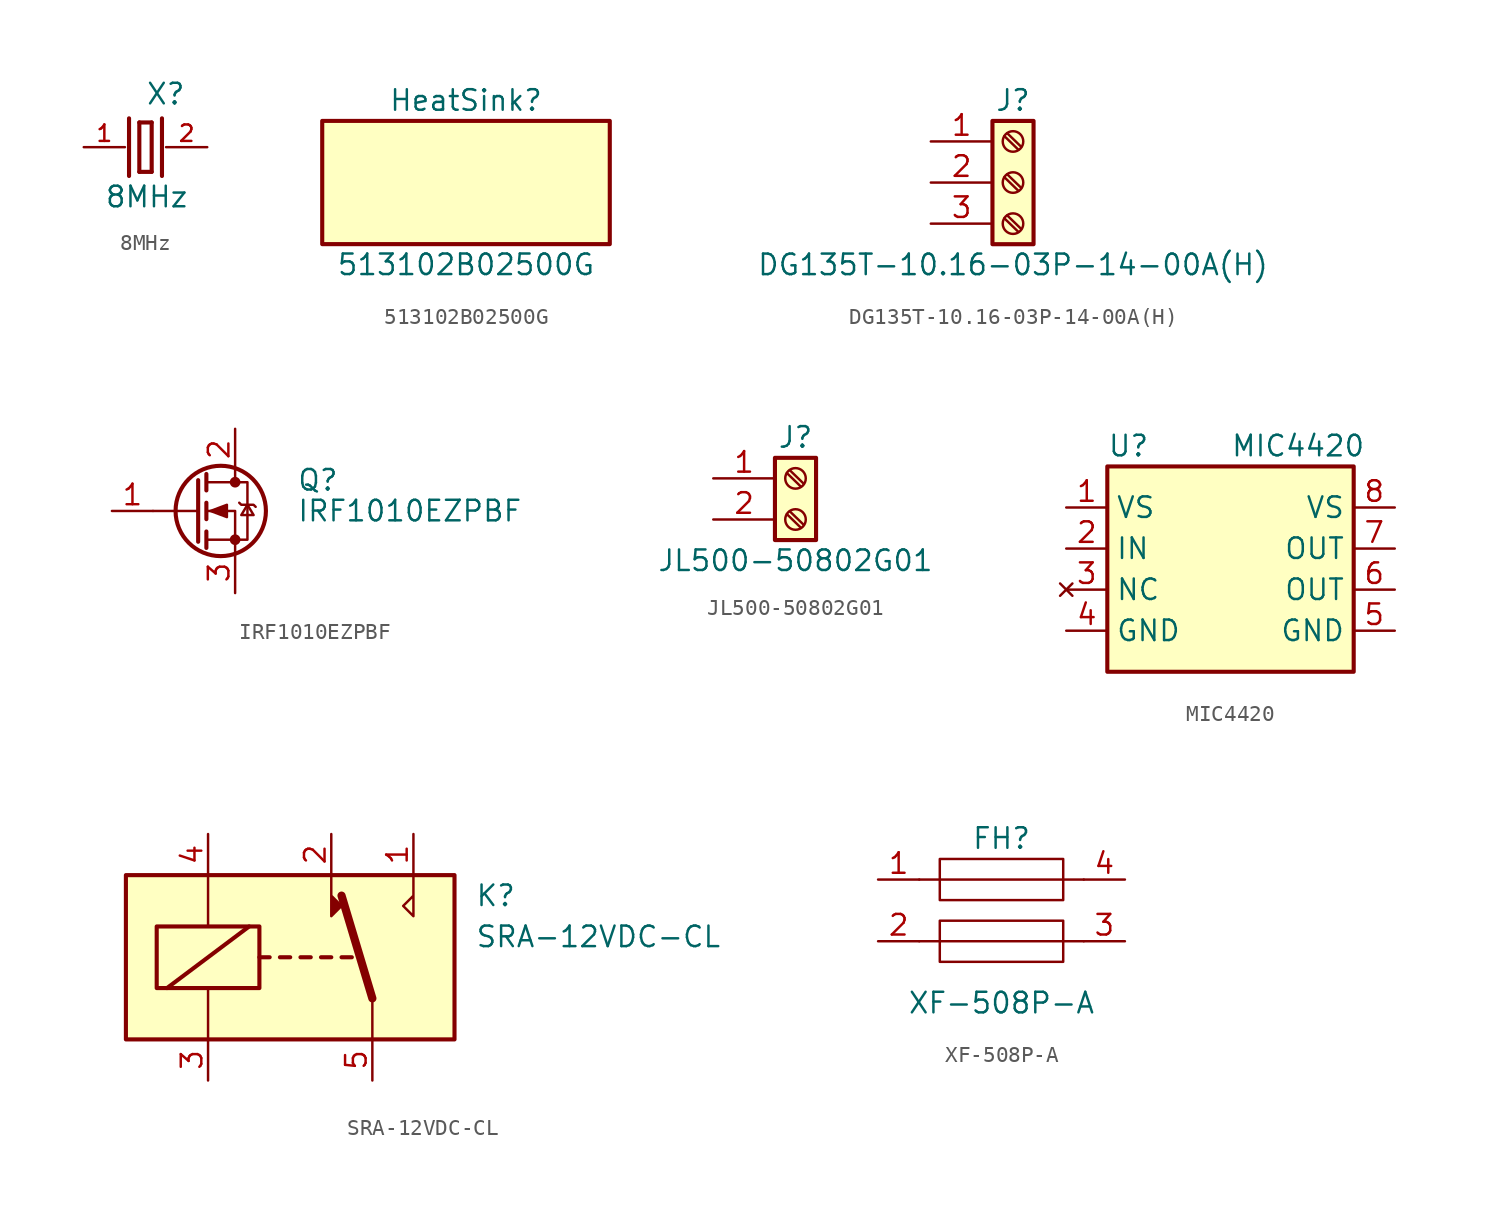
<source format=kicad_sym>
(kicad_symbol_lib
  (version 20211014)
  (generator kicad_symbol_editor)
  (symbol "8MHz"
    (pin_names
      (offset 1.016))
    (property "Reference" "X"
      (at 0 2.54 0)
      (effects (font (size 1.27 1.27)) (justify left bottom)))
    (property "Value" "8MHz"
      (at -2.54 -3.81 0)
      (effects (font (size 1.27 1.27)) (justify left bottom)))
    (symbol "8MHz_0_0"
      (polyline (pts (xy -1.016 1.778) (xy -1.016 -1.778)) (stroke (width 0.254) (type default) (color 0 0 0 0)) (fill (type none)))
      (polyline (pts (xy -0.381 -1.524) (xy 0.381 -1.524)) (stroke (width 0.254) (type default) (color 0 0 0 0)) (fill (type none)))
      (polyline (pts (xy -0.381 1.524) (xy -0.381 -1.524)) (stroke (width 0.254) (type default) (color 0 0 0 0)) (fill (type none)))
      (polyline (pts (xy 0.381 -1.524) (xy 0.381 1.524)) (stroke (width 0.254) (type default) (color 0 0 0 0)) (fill (type none)))
      (polyline (pts (xy 0.381 1.524) (xy -0.381 1.524)) (stroke (width 0.254) (type default) (color 0 0 0 0)) (fill (type none)))
      (polyline (pts (xy 1.016 1.778) (xy 1.016 -1.778)) (stroke (width 0.254) (type default) (color 0 0 0 0)) (fill (type none)))
      (pin passive line (at -3.81 0 0) (length 2.54) (name "~" (effects (font (size 1.016 1.016)))) (number "1" (effects (font (size 1.016 1.016)))))
      (pin passive line (at 3.81 0 180) (length 2.54) (name "~" (effects (font (size 1.016 1.016)))) (number "2" (effects (font (size 1.016 1.016)))))))
  (symbol "513102B02500G"
    (pin_names
      (offset 1.016) hide)
    (property "Reference" "HeatSink"
      (at 8.89 8.89 0)
      (effects (font (size 1.27 1.27))))
    (property "Value" "513102B02500G"
      (at 8.89 -1.27 0)
      (effects (font (size 1.27 1.27))))
    (symbol "513102B02500G_1_1"
      (rectangle (start 0 7.62) (end 17.78 0) (stroke (width 0.254) (type default) (color 0 0 0 0)) (fill (type background)))))
  (symbol "DG135T-10.16-03P-14-00A(H)"
    (pin_names
      (offset 1.016) hide)
    (property "Reference" "J"
      (at 0 5.08 0)
      (effects (font (size 1.27 1.27))))
    (property "Value" "DG135T-10.16-03P-14-00A(H)"
      (at 0 -5.08 0)
      (effects (font (size 1.27 1.27))))
    (symbol "DG135T-10.16-03P-14-00A(H)_1_1"
      (rectangle (start -1.27 3.81) (end 1.27 -3.81) (stroke (width 0.254) (type default) (color 0 0 0 0)) (fill (type background)))
      (circle (center 0 -2.54) (radius 0.635) (stroke (width 0.152) (type default) (color 0 0 0 0)) (fill (type none)))
      (polyline (pts (xy -0.533 -2.21) (xy 0.33 -3.048)) (stroke (width 0.152) (type default) (color 0 0 0 0)) (fill (type none)))
      (polyline (pts (xy -0.533 0.33) (xy 0.33 -0.508)) (stroke (width 0.152) (type default) (color 0 0 0 0)) (fill (type none)))
      (polyline (pts (xy -0.533 2.87) (xy 0.33 2.032)) (stroke (width 0.152) (type default) (color 0 0 0 0)) (fill (type none)))
      (polyline (pts (xy -0.356 -2.032) (xy 0.508 -2.87)) (stroke (width 0.152) (type default) (color 0 0 0 0)) (fill (type none)))
      (polyline (pts (xy -0.356 0.508) (xy 0.508 -0.33)) (stroke (width 0.152) (type default) (color 0 0 0 0)) (fill (type none)))
      (polyline (pts (xy -0.356 3.048) (xy 0.508 2.21)) (stroke (width 0.152) (type default) (color 0 0 0 0)) (fill (type none)))
      (circle (center 0 0) (radius 0.635) (stroke (width 0.152) (type default) (color 0 0 0 0)) (fill (type none)))
      (circle (center 0 2.54) (radius 0.635) (stroke (width 0.152) (type default) (color 0 0 0 0)) (fill (type none)))
      (pin passive line (at -5.08 2.54 0) (length 3.81) (name "Pin_1" (effects (font (size 1.27 1.27)))) (number "1" (effects (font (size 1.27 1.27)))))
      (pin passive line (at -5.08 0 0) (length 3.81) (name "Pin_2" (effects (font (size 1.27 1.27)))) (number "2" (effects (font (size 1.27 1.27)))))
      (pin passive line (at -5.08 -2.54 0) (length 3.81) (name "Pin_3" (effects (font (size 1.27 1.27)))) (number "3" (effects (font (size 1.27 1.27)))))))
  (symbol "IRF1010EZPBF"
    (pin_names hide)
    (property "Reference" "Q"
      (at 6.35 1.905 0)
      (effects (font (size 1.27 1.27)) (justify left)))
    (property "Value" "IRF1010EZPBF"
      (at 6.35 0 0)
      (effects (font (size 1.27 1.27)) (justify left)))
    (symbol "IRF1010EZPBF_0_1"
      (polyline (pts (xy 0.254 0) (xy -2.54 0)) (stroke (width 0) (type default) (color 0 0 0 0)) (fill (type none)))
      (polyline (pts (xy 0.254 1.905) (xy 0.254 -1.905)) (stroke (width 0.254) (type default) (color 0 0 0 0)) (fill (type none)))
      (polyline (pts (xy 0.762 -1.27) (xy 0.762 -2.286)) (stroke (width 0.254) (type default) (color 0 0 0 0)) (fill (type none)))
      (polyline (pts (xy 0.762 0.508) (xy 0.762 -0.508)) (stroke (width 0.254) (type default) (color 0 0 0 0)) (fill (type none)))
      (polyline (pts (xy 0.762 2.286) (xy 0.762 1.27)) (stroke (width 0.254) (type default) (color 0 0 0 0)) (fill (type none)))
      (polyline (pts (xy 2.54 2.54) (xy 2.54 1.778)) (stroke (width 0) (type default) (color 0 0 0 0)) (fill (type none)))
      (polyline (pts (xy 2.54 -2.54) (xy 2.54 0) (xy 0.762 0)) (stroke (width 0) (type default) (color 0 0 0 0)) (fill (type none)))
      (polyline (pts (xy 0.762 -1.778) (xy 3.302 -1.778) (xy 3.302 1.778) (xy 0.762 1.778)) (stroke (width 0) (type default) (color 0 0 0 0)) (fill (type none)))
      (polyline (pts (xy 1.016 0) (xy 2.032 0.381) (xy 2.032 -0.381) (xy 1.016 0)) (stroke (width 0) (type default) (color 0 0 0 0)) (fill (type outline)))
      (polyline (pts (xy 2.794 0.508) (xy 2.921 0.381) (xy 3.683 0.381) (xy 3.81 0.254)) (stroke (width 0) (type default) (color 0 0 0 0)) (fill (type none)))
      (polyline (pts (xy 3.302 0.381) (xy 2.921 -0.254) (xy 3.683 -0.254) (xy 3.302 0.381)) (stroke (width 0) (type default) (color 0 0 0 0)) (fill (type none)))
      (circle (center 1.651 0) (radius 2.794) (stroke (width 0.254) (type default) (color 0 0 0 0)) (fill (type none)))
      (circle (center 2.54 -1.778) (radius 0.254) (stroke (width 0) (type default) (color 0 0 0 0)) (fill (type outline)))
      (circle (center 2.54 1.778) (radius 0.254) (stroke (width 0) (type default) (color 0 0 0 0)) (fill (type outline))))
    (symbol "IRF1010EZPBF_1_1"
      (pin input line (at -5.08 0 0) (length 2.54) (name "G" (effects (font (size 1.27 1.27)))) (number "1" (effects (font (size 1.27 1.27)))))
      (pin passive line (at 2.54 5.08 270) (length 2.54) (name "D" (effects (font (size 1.27 1.27)))) (number "2" (effects (font (size 1.27 1.27)))))
      (pin passive line (at 2.54 -5.08 90) (length 2.54) (name "S" (effects (font (size 1.27 1.27)))) (number "3" (effects (font (size 1.27 1.27)))))))
  (symbol "JL500-50802G01"
    (pin_names
      (offset 1.016) hide)
    (property "Reference" "J"
      (at 0 2.54 0)
      (effects (font (size 1.27 1.27))))
    (property "Value" "JL500-50802G01"
      (at 0 -5.08 0)
      (effects (font (size 1.27 1.27))))
    (symbol "JL500-50802G01_1_1"
      (rectangle (start -1.27 1.27) (end 1.27 -3.81) (stroke (width 0.254) (type default) (color 0 0 0 0)) (fill (type background)))
      (circle (center 0 -2.54) (radius 0.635) (stroke (width 0.152) (type default) (color 0 0 0 0)) (fill (type none)))
      (polyline (pts (xy -0.533 -2.21) (xy 0.33 -3.048)) (stroke (width 0.152) (type default) (color 0 0 0 0)) (fill (type none)))
      (polyline (pts (xy -0.533 0.33) (xy 0.33 -0.508)) (stroke (width 0.152) (type default) (color 0 0 0 0)) (fill (type none)))
      (polyline (pts (xy -0.356 -2.032) (xy 0.508 -2.87)) (stroke (width 0.152) (type default) (color 0 0 0 0)) (fill (type none)))
      (polyline (pts (xy -0.356 0.508) (xy 0.508 -0.33)) (stroke (width 0.152) (type default) (color 0 0 0 0)) (fill (type none)))
      (circle (center 0 0) (radius 0.635) (stroke (width 0.152) (type default) (color 0 0 0 0)) (fill (type none)))
      (pin passive line (at -5.08 0 0) (length 3.81) (name "Pin_1" (effects (font (size 1.27 1.27)))) (number "1" (effects (font (size 1.27 1.27)))))
      (pin passive line (at -5.08 -2.54 0) (length 3.81) (name "Pin_2" (effects (font (size 1.27 1.27)))) (number "2" (effects (font (size 1.27 1.27)))))))
  (symbol "MIC4420"
    (property "Reference" "U"
      (at 0 13.97 0)
      (effects (font (size 1.27 1.27)) (justify left)))
    (property "Value" "MIC4420"
      (at 7.62 13.97 0)
      (effects (font (size 1.27 1.27)) (justify left)))
    (symbol "MIC4420_0_1"
      (rectangle (start 0 12.7) (end 15.24 0) (stroke (width 0.254) (type default) (color 0 0 0 0)) (fill (type background))))
    (symbol "MIC4420_1_1"
      (pin power_in line (at -2.54 10.16 0) (length 2.54) (name "VS" (effects (font (size 1.27 1.27)))) (number "1" (effects (font (size 1.27 1.27)))))
      (pin input line (at -2.54 7.62 0) (length 2.54) (name "IN" (effects (font (size 1.27 1.27)))) (number "2" (effects (font (size 1.27 1.27)))))
      (pin no_connect line (at -2.54 5.08 0) (length 2.54) (name "NC" (effects (font (size 1.27 1.27)))) (number "3" (effects (font (size 1.27 1.27)))))
      (pin power_in line (at -2.54 2.54 0) (length 2.54) (name "GND" (effects (font (size 1.27 1.27)))) (number "4" (effects (font (size 1.27 1.27)))))
      (pin power_in line (at 17.78 2.54 180) (length 2.54) (name "GND" (effects (font (size 1.27 1.27)))) (number "5" (effects (font (size 1.27 1.27)))))
      (pin output line (at 17.78 5.08 180) (length 2.54) (name "OUT" (effects (font (size 1.27 1.27)))) (number "6" (effects (font (size 1.27 1.27)))))
      (pin output line (at 17.78 7.62 180) (length 2.54) (name "OUT" (effects (font (size 1.27 1.27)))) (number "7" (effects (font (size 1.27 1.27)))))
      (pin power_in line (at 17.78 10.16 180) (length 2.54) (name "VS" (effects (font (size 1.27 1.27)))) (number "8" (effects (font (size 1.27 1.27)))))))
  (symbol "SRA-12VDC-CL"
    (property "Reference" "K"
      (at 21.59 8.89 0)
      (effects (font (size 1.27 1.27)) (justify left)))
    (property "Value" "SRA-12VDC-CL"
      (at 21.59 6.35 0)
      (effects (font (size 1.27 1.27)) (justify left)))
    (symbol "SRA-12VDC-CL_0_0"
      (polyline (pts (xy 17.78 10.16) (xy 17.78 7.62) (xy 17.145 8.255) (xy 17.78 8.89)) (stroke (width 0) (type default) (color 0 0 0 0)) (fill (type none))))
    (symbol "SRA-12VDC-CL_0_1"
      (polyline (pts (xy 2.54 3.175) (xy 7.62 6.985)) (stroke (width 0.254) (type default) (color 0 0 0 0)) (fill (type none)))
      (polyline (pts (xy 5.08 0) (xy 5.08 3.175)) (stroke (width 0) (type default) (color 0 0 0 0)) (fill (type none)))
      (polyline (pts (xy 5.08 10.16) (xy 5.08 6.985)) (stroke (width 0) (type default) (color 0 0 0 0)) (fill (type none)))
      (polyline (pts (xy 8.255 5.08) (xy 8.89 5.08)) (stroke (width 0.254) (type default) (color 0 0 0 0)) (fill (type none)))
      (polyline (pts (xy 9.525 5.08) (xy 10.16 5.08)) (stroke (width 0.254) (type default) (color 0 0 0 0)) (fill (type none)))
      (polyline (pts (xy 10.795 5.08) (xy 11.43 5.08)) (stroke (width 0.254) (type default) (color 0 0 0 0)) (fill (type none)))
      (polyline (pts (xy 12.065 5.08) (xy 12.7 5.08)) (stroke (width 0.254) (type default) (color 0 0 0 0)) (fill (type none)))
      (polyline (pts (xy 13.335 5.08) (xy 13.97 5.08)) (stroke (width 0.254) (type default) (color 0 0 0 0)) (fill (type none)))
      (polyline (pts (xy 15.24 2.54) (xy 13.335 8.89)) (stroke (width 0.508) (type default) (color 0 0 0 0)) (fill (type none)))
      (polyline (pts (xy 15.24 2.54) (xy 15.24 0)) (stroke (width 0) (type default) (color 0 0 0 0)) (fill (type none)))
      (polyline (pts (xy 12.7 10.16) (xy 12.7 7.62) (xy 13.335 8.255) (xy 12.7 8.89)) (stroke (width 0) (type default) (color 0 0 0 0)) (fill (type outline)))
      (rectangle (start 0 10.16) (end 20.32 0) (stroke (width 0.254) (type default) (color 0 0 0 0)) (fill (type background)))
      (rectangle (start 1.905 6.985) (end 8.255 3.175) (stroke (width 0.254) (type default) (color 0 0 0 0)) (fill (type none))))
    (symbol "SRA-12VDC-CL_1_1"
      (pin passive line (at 17.78 12.7 270) (length 2.54) (name "~" (effects (font (size 1.27 1.27)))) (number "1" (effects (font (size 1.27 1.27)))))
      (pin passive line (at 12.7 12.7 270) (length 2.54) (name "~" (effects (font (size 1.27 1.27)))) (number "2" (effects (font (size 1.27 1.27)))))
      (pin passive line (at 5.08 -2.54 90) (length 2.54) (name "~" (effects (font (size 1.27 1.27)))) (number "3" (effects (font (size 1.27 1.27)))))
      (pin passive line (at 5.08 12.7 270) (length 2.54) (name "~" (effects (font (size 1.27 1.27)))) (number "4" (effects (font (size 1.27 1.27)))))
      (pin passive line (at 15.24 -2.54 90) (length 2.54) (name "~" (effects (font (size 1.27 1.27)))) (number "5" (effects (font (size 1.27 1.27)))))))
  (symbol "XF-508P-A"
    (pin_names
      (offset 0) hide)
    (property "Reference" "FH"
      (at 0 7.62 0)
      (effects (font (size 1.27 1.27))))
    (property "Value" "XF-508P-A"
      (at 0 -2.54 0)
      (effects (font (size 1.27 1.27))))
    (symbol "XF-508P-A_0_1"
      (rectangle (start -3.81 2.54) (end 3.81 0) (stroke (width 0) (type default) (color 0 0 0 0)) (fill (type none)))
      (rectangle (start -3.81 6.35) (end 3.81 3.81) (stroke (width 0) (type default) (color 0 0 0 0)) (fill (type none)))
      (polyline (pts (xy -5.08 1.27) (xy 5.08 1.27)) (stroke (width 0) (type default) (color 0 0 0 0)) (fill (type none)))
      (polyline (pts (xy -5.08 5.08) (xy 5.08 5.08)) (stroke (width 0) (type default) (color 0 0 0 0)) (fill (type none))))
    (symbol "XF-508P-A_1_1"
      (pin passive line (at -7.62 5.08 0) (length 2.54) (name "1" (effects (font (size 1.27 1.27)))) (number "1" (effects (font (size 1.27 1.27)))))
      (pin passive line (at -7.62 1.27 0) (length 2.54) (name "2" (effects (font (size 1.27 1.27)))) (number "2" (effects (font (size 1.27 1.27)))))
      (pin passive line (at 7.62 1.27 180) (length 2.54) (name "3" (effects (font (size 1.27 1.27)))) (number "3" (effects (font (size 1.27 1.27)))))
      (pin passive line (at 7.62 5.08 180) (length 2.54) (name "4" (effects (font (size 1.27 1.27)))) (number "4" (effects (font (size 1.27 1.27))))))))
</source>
